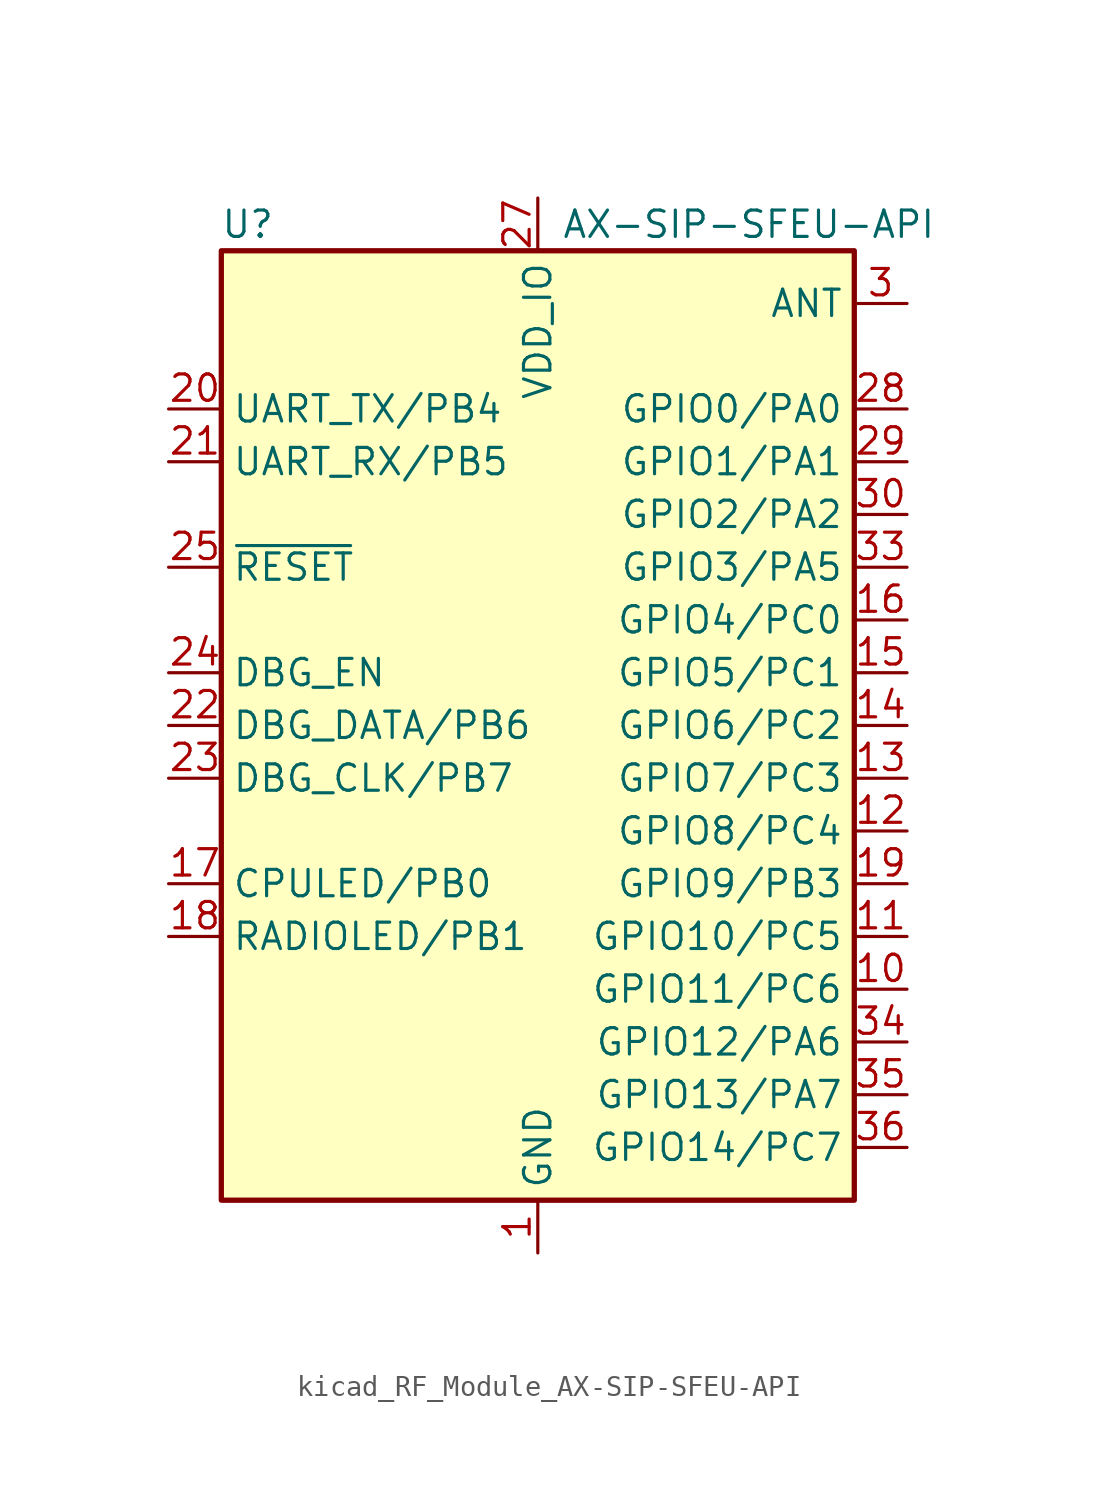
<source format=kicad_sym>
(kicad_symbol_lib
  (version 20220914)
  (generator kicad_symbol_editor)
  (symbol "kicad_RF_Module_AX-SIP-SFEU-API"
    (property "Reference" "U"
      (at -13.97 24.13 0)
      (effects (font (size 1.27 1.27))))
    (property "Value" "AX-SIP-SFEU-API"
      (at 10.16 24.13 0)
      (effects (font (size 1.27 1.27))))
    (symbol "kicad_RF_Module_AX-SIP-SFEU-API_0_1"
      (rectangle (start -15.24 22.86) (end 15.24 -22.86) (stroke (width 0.254) (type default)) (fill (type background))))
    (symbol "kicad_RF_Module_AX-SIP-SFEU-API_1_1"
      (pin power_in line (at 0 -25.4 90) (length 2.54) (name "GND" (effects (font (size 1.27 1.27)))) (number "1" (effects (font (size 1.27 1.27)))))
      (pin bidirectional line (at 17.78 -12.7 180) (length 2.54) (name "GPIO11/PC6" (effects (font (size 1.27 1.27)))) (number "10" (effects (font (size 1.27 1.27)))))
      (pin bidirectional line (at 17.78 -10.16 180) (length 2.54) (name "GPIO10/PC5" (effects (font (size 1.27 1.27)))) (number "11" (effects (font (size 1.27 1.27)))))
      (pin bidirectional line (at 17.78 -5.08 180) (length 2.54) (name "GPIO8/PC4" (effects (font (size 1.27 1.27)))) (number "12" (effects (font (size 1.27 1.27)))))
      (pin bidirectional line (at 17.78 -2.54 180) (length 2.54) (name "GPIO7/PC3" (effects (font (size 1.27 1.27)))) (number "13" (effects (font (size 1.27 1.27)))))
      (pin bidirectional line (at 17.78 0 180) (length 2.54) (name "GPIO6/PC2" (effects (font (size 1.27 1.27)))) (number "14" (effects (font (size 1.27 1.27)))))
      (pin bidirectional line (at 17.78 2.54 180) (length 2.54) (name "GPIO5/PC1" (effects (font (size 1.27 1.27)))) (number "15" (effects (font (size 1.27 1.27)))))
      (pin bidirectional line (at 17.78 5.08 180) (length 2.54) (name "GPIO4/PC0" (effects (font (size 1.27 1.27)))) (number "16" (effects (font (size 1.27 1.27)))))
      (pin output line (at -17.78 -7.62 0) (length 2.54) (name "CPULED/PB0" (effects (font (size 1.27 1.27)))) (number "17" (effects (font (size 1.27 1.27)))))
      (pin output line (at -17.78 -10.16 0) (length 2.54) (name "RADIOLED/PB1" (effects (font (size 1.27 1.27)))) (number "18" (effects (font (size 1.27 1.27)))))
      (pin bidirectional line (at 17.78 -7.62 180) (length 2.54) (name "GPIO9/PB3" (effects (font (size 1.27 1.27)))) (number "19" (effects (font (size 1.27 1.27)))))
      (pin passive line (at 0 -25.4 90) (length 2.54) hide (name "GND" (effects (font (size 1.27 1.27)))) (number "2" (effects (font (size 1.27 1.27)))))
      (pin output line (at -17.78 15.24 0) (length 2.54) (name "UART_TX/PB4" (effects (font (size 1.27 1.27)))) (number "20" (effects (font (size 1.27 1.27)))))
      (pin input line (at -17.78 12.7 0) (length 2.54) (name "UART_RX/PB5" (effects (font (size 1.27 1.27)))) (number "21" (effects (font (size 1.27 1.27)))))
      (pin bidirectional line (at -17.78 0 0) (length 2.54) (name "DBG_DATA/PB6" (effects (font (size 1.27 1.27)))) (number "22" (effects (font (size 1.27 1.27)))))
      (pin input line (at -17.78 -2.54 0) (length 2.54) (name "DBG_CLK/PB7" (effects (font (size 1.27 1.27)))) (number "23" (effects (font (size 1.27 1.27)))))
      (pin input line (at -17.78 2.54 0) (length 2.54) (name "DBG_EN" (effects (font (size 1.27 1.27)))) (number "24" (effects (font (size 1.27 1.27)))))
      (pin input line (at -17.78 7.62 0) (length 2.54) (name "~{RESET}" (effects (font (size 1.27 1.27)))) (number "25" (effects (font (size 1.27 1.27)))))
      (pin passive line (at 0 -25.4 90) (length 2.54) hide (name "GND" (effects (font (size 1.27 1.27)))) (number "26" (effects (font (size 1.27 1.27)))))
      (pin power_in line (at 0 25.4 270) (length 2.54) (name "VDD_IO" (effects (font (size 1.27 1.27)))) (number "27" (effects (font (size 1.27 1.27)))))
      (pin bidirectional line (at 17.78 15.24 180) (length 2.54) (name "GPIO0/PA0" (effects (font (size 1.27 1.27)))) (number "28" (effects (font (size 1.27 1.27)))))
      (pin bidirectional line (at 17.78 12.7 180) (length 2.54) (name "GPIO1/PA1" (effects (font (size 1.27 1.27)))) (number "29" (effects (font (size 1.27 1.27)))))
      (pin passive line (at 17.78 20.32 180) (length 2.54) (name "ANT" (effects (font (size 1.27 1.27)))) (number "3" (effects (font (size 1.27 1.27)))))
      (pin bidirectional line (at 17.78 10.16 180) (length 2.54) (name "GPIO2/PA2" (effects (font (size 1.27 1.27)))) (number "30" (effects (font (size 1.27 1.27)))))
      (pin no_connect line (at 2.54 22.86 270) (length 2.54) hide (name "NC" (effects (font (size 1.27 1.27)))) (number "31" (effects (font (size 1.27 1.27)))))
      (pin no_connect line (at 5.08 22.86 270) (length 2.54) hide (name "NC" (effects (font (size 1.27 1.27)))) (number "32" (effects (font (size 1.27 1.27)))))
      (pin bidirectional line (at 17.78 7.62 180) (length 2.54) (name "GPIO3/PA5" (effects (font (size 1.27 1.27)))) (number "33" (effects (font (size 1.27 1.27)))))
      (pin bidirectional line (at 17.78 -15.24 180) (length 2.54) (name "GPIO12/PA6" (effects (font (size 1.27 1.27)))) (number "34" (effects (font (size 1.27 1.27)))))
      (pin bidirectional line (at 17.78 -17.78 180) (length 2.54) (name "GPIO13/PA7" (effects (font (size 1.27 1.27)))) (number "35" (effects (font (size 1.27 1.27)))))
      (pin bidirectional line (at 17.78 -20.32 180) (length 2.54) (name "GPIO14/PC7" (effects (font (size 1.27 1.27)))) (number "36" (effects (font (size 1.27 1.27)))))
      (pin no_connect line (at 7.62 22.86 270) (length 2.54) hide (name "NC" (effects (font (size 1.27 1.27)))) (number "37" (effects (font (size 1.27 1.27)))))
      (pin no_connect line (at 10.16 22.86 270) (length 2.54) hide (name "NC" (effects (font (size 1.27 1.27)))) (number "38" (effects (font (size 1.27 1.27)))))
      (pin passive line (at 0 -25.4 90) (length 2.54) hide (name "GND" (effects (font (size 1.27 1.27)))) (number "39" (effects (font (size 1.27 1.27)))))
      (pin passive line (at 0 -25.4 90) (length 2.54) hide (name "GND" (effects (font (size 1.27 1.27)))) (number "4" (effects (font (size 1.27 1.27)))))
      (pin passive line (at 0 -25.4 90) (length 2.54) hide (name "GND" (effects (font (size 1.27 1.27)))) (number "40" (effects (font (size 1.27 1.27)))))
      (pin passive line (at 0 -25.4 90) (length 2.54) hide (name "GND" (effects (font (size 1.27 1.27)))) (number "41" (effects (font (size 1.27 1.27)))))
      (pin passive line (at 0 -25.4 90) (length 2.54) hide (name "GND" (effects (font (size 1.27 1.27)))) (number "42" (effects (font (size 1.27 1.27)))))
      (pin passive line (at 0 -25.4 90) (length 2.54) hide (name "GND" (effects (font (size 1.27 1.27)))) (number "43" (effects (font (size 1.27 1.27)))))
      (pin passive line (at 0 -25.4 90) (length 2.54) hide (name "GND" (effects (font (size 1.27 1.27)))) (number "44" (effects (font (size 1.27 1.27)))))
      (pin no_connect line (at -10.16 22.86 270) (length 2.54) hide (name "NC" (effects (font (size 1.27 1.27)))) (number "5" (effects (font (size 1.27 1.27)))))
      (pin passive line (at 0 -25.4 90) (length 2.54) hide (name "GND" (effects (font (size 1.27 1.27)))) (number "6" (effects (font (size 1.27 1.27)))))
      (pin no_connect line (at -7.62 22.86 270) (length 2.54) hide (name "NC" (effects (font (size 1.27 1.27)))) (number "7" (effects (font (size 1.27 1.27)))))
      (pin no_connect line (at -5.08 22.86 270) (length 2.54) hide (name "NC" (effects (font (size 1.27 1.27)))) (number "8" (effects (font (size 1.27 1.27)))))
      (pin no_connect line (at -2.54 22.86 270) (length 2.54) hide (name "NC" (effects (font (size 1.27 1.27)))) (number "9" (effects (font (size 1.27 1.27))))))))
</source>
